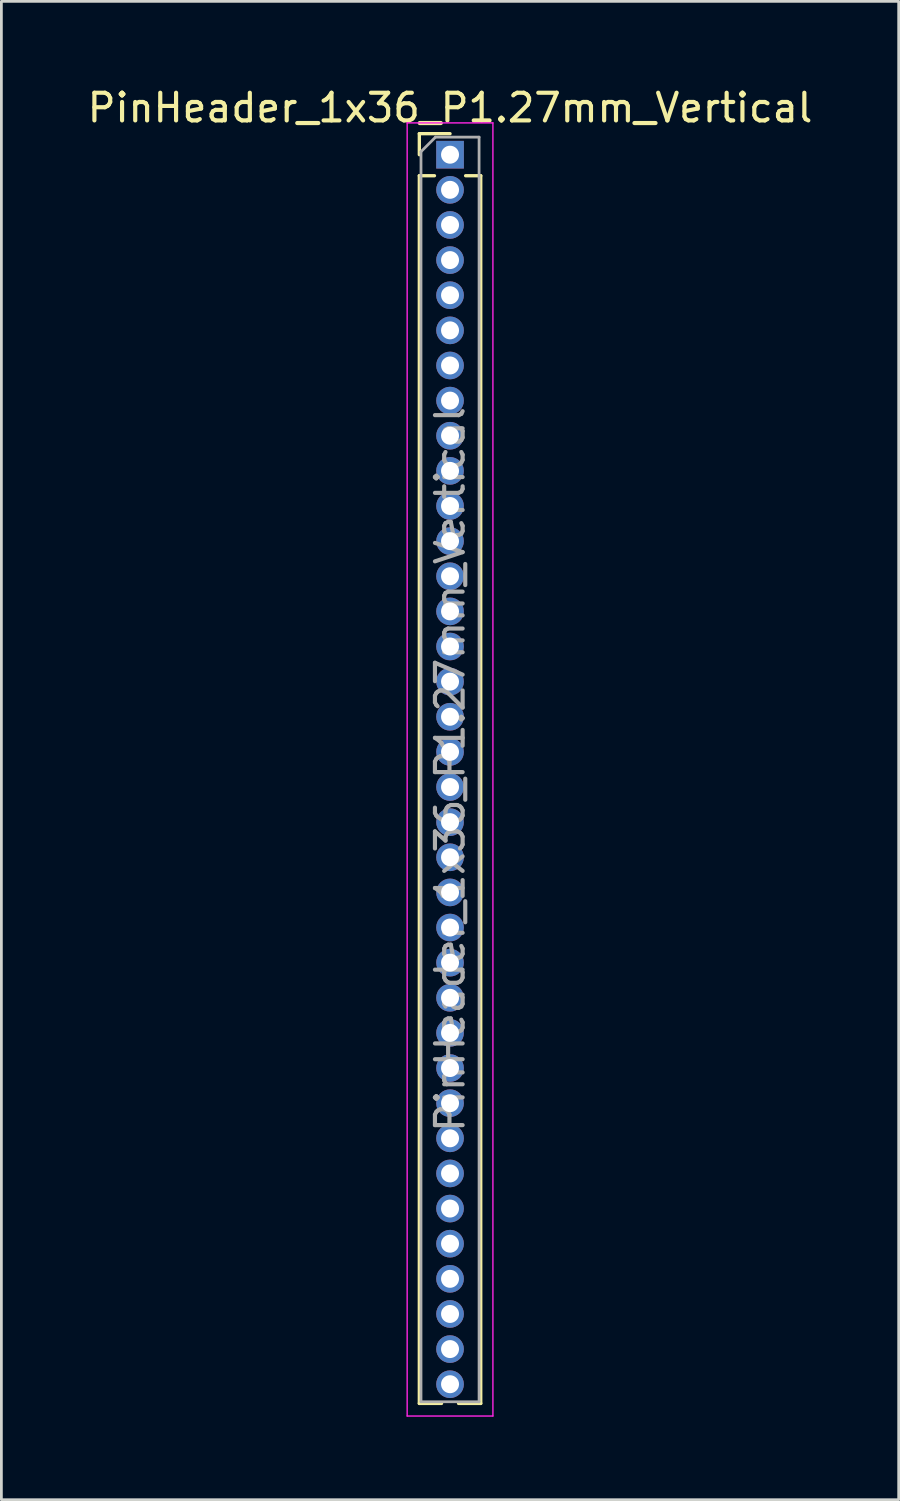
<source format=kicad_pcb>
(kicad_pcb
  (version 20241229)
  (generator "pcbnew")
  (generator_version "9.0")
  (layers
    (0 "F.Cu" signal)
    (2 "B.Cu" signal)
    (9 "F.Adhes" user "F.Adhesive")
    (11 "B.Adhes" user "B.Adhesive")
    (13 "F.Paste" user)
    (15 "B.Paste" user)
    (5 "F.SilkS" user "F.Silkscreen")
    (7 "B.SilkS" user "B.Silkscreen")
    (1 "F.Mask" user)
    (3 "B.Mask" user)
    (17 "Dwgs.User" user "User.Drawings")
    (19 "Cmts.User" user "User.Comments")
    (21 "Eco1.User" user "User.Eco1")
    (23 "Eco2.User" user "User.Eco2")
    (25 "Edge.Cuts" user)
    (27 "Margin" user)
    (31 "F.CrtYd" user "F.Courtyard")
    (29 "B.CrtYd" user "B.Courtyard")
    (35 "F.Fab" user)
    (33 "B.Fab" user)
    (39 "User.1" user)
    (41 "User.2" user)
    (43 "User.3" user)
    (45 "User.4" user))
  (footprint "PinHeader_1x36_P1.27mm_Vertical"
    (layer "F.Cu")
    (at 13.22 2.543)
    (property "Reference" "PinHeader_1x36_P1.27mm_Vertical" (at 0 -1.695 0) (layer "F.SilkS") (effects (font (size 1 1) (thickness 0.15))))
    (attr through_hole)
    (fp_line (start -1.11 -0.76) (end 0 -0.76) (stroke (width 0.12) (type solid)) (layer "F.SilkS"))
    (fp_line (start -1.11 0) (end -1.11 -0.76) (stroke (width 0.12) (type solid)) (layer "F.SilkS"))
    (fp_line (start -1.11 0.76) (end -1.11 45.145) (stroke (width 0.12) (type solid)) (layer "F.SilkS"))
    (fp_line (start -1.11 0.76) (end -0.563 0.76) (stroke (width 0.12) (type solid)) (layer "F.SilkS"))
    (fp_line (start -1.11 45.145) (end -0.308 45.145) (stroke (width 0.12) (type solid)) (layer "F.SilkS"))
    (fp_line (start 0.308 45.145) (end 1.11 45.145) (stroke (width 0.12) (type solid)) (layer "F.SilkS"))
    (fp_line (start 0.563 0.76) (end 1.11 0.76) (stroke (width 0.12) (type solid)) (layer "F.SilkS"))
    (fp_line (start 1.11 0.76) (end 1.11 45.145) (stroke (width 0.12) (type solid)) (layer "F.SilkS"))
    (fp_line (start -1.55 -1.15) (end -1.55 45.6) (stroke (width 0.05) (type solid)) (layer "F.CrtYd"))
    (fp_line (start -1.55 45.6) (end 1.55 45.6) (stroke (width 0.05) (type solid)) (layer "F.CrtYd"))
    (fp_line (start 1.55 -1.15) (end -1.55 -1.15) (stroke (width 0.05) (type solid)) (layer "F.CrtYd"))
    (fp_line (start 1.55 45.6) (end 1.55 -1.15) (stroke (width 0.05) (type solid)) (layer "F.CrtYd"))
    (fp_line (start -1.05 -0.11) (end -0.525 -0.635) (stroke (width 0.1) (type solid)) (layer "F.Fab"))
    (fp_line (start -1.05 45.085) (end -1.05 -0.11) (stroke (width 0.1) (type solid)) (layer "F.Fab"))
    (fp_line (start -0.525 -0.635) (end 1.05 -0.635) (stroke (width 0.1) (type solid)) (layer "F.Fab"))
    (fp_line (start 1.05 -0.635) (end 1.05 45.085) (stroke (width 0.1) (type solid)) (layer "F.Fab"))
    (fp_line (start 1.05 45.085) (end -1.05 45.085) (stroke (width 0.1) (type solid)) (layer "F.Fab"))
    (fp_text user "${REFERENCE}" (at 0 22.225 90) (layer "F.Fab") (effects (font (size 1 1) (thickness 0.15))))
    (pad "1" thru_hole rect (at 0 0) (size 1 1) (drill 0.65) (layers "*.Cu" "*.Mask"))
    (pad "2" thru_hole oval (at 0 1.27) (size 1 1) (drill 0.65) (layers "*.Cu" "*.Mask"))
    (pad "3" thru_hole oval (at 0 2.54) (size 1 1) (drill 0.65) (layers "*.Cu" "*.Mask"))
    (pad "4" thru_hole oval (at 0 3.81) (size 1 1) (drill 0.65) (layers "*.Cu" "*.Mask"))
    (pad "5" thru_hole oval (at 0 5.08) (size 1 1) (drill 0.65) (layers "*.Cu" "*.Mask"))
    (pad "6" thru_hole oval (at 0 6.35) (size 1 1) (drill 0.65) (layers "*.Cu" "*.Mask"))
    (pad "7" thru_hole oval (at 0 7.62) (size 1 1) (drill 0.65) (layers "*.Cu" "*.Mask"))
    (pad "8" thru_hole oval (at 0 8.89) (size 1 1) (drill 0.65) (layers "*.Cu" "*.Mask"))
    (pad "9" thru_hole oval (at 0 10.16) (size 1 1) (drill 0.65) (layers "*.Cu" "*.Mask"))
    (pad "10" thru_hole oval (at 0 11.43) (size 1 1) (drill 0.65) (layers "*.Cu" "*.Mask"))
    (pad "11" thru_hole oval (at 0 12.7) (size 1 1) (drill 0.65) (layers "*.Cu" "*.Mask"))
    (pad "12" thru_hole oval (at 0 13.97) (size 1 1) (drill 0.65) (layers "*.Cu" "*.Mask"))
    (pad "13" thru_hole oval (at 0 15.24) (size 1 1) (drill 0.65) (layers "*.Cu" "*.Mask"))
    (pad "14" thru_hole oval (at 0 16.51) (size 1 1) (drill 0.65) (layers "*.Cu" "*.Mask"))
    (pad "15" thru_hole oval (at 0 17.78) (size 1 1) (drill 0.65) (layers "*.Cu" "*.Mask"))
    (pad "16" thru_hole oval (at 0 19.05) (size 1 1) (drill 0.65) (layers "*.Cu" "*.Mask"))
    (pad "17" thru_hole oval (at 0 20.32) (size 1 1) (drill 0.65) (layers "*.Cu" "*.Mask"))
    (pad "18" thru_hole oval (at 0 21.59) (size 1 1) (drill 0.65) (layers "*.Cu" "*.Mask"))
    (pad "19" thru_hole oval (at 0 22.86) (size 1 1) (drill 0.65) (layers "*.Cu" "*.Mask"))
    (pad "20" thru_hole oval (at 0 24.13) (size 1 1) (drill 0.65) (layers "*.Cu" "*.Mask"))
    (pad "21" thru_hole oval (at 0 25.4) (size 1 1) (drill 0.65) (layers "*.Cu" "*.Mask"))
    (pad "22" thru_hole oval (at 0 26.67) (size 1 1) (drill 0.65) (layers "*.Cu" "*.Mask"))
    (pad "23" thru_hole oval (at 0 27.94) (size 1 1) (drill 0.65) (layers "*.Cu" "*.Mask"))
    (pad "24" thru_hole oval (at 0 29.21) (size 1 1) (drill 0.65) (layers "*.Cu" "*.Mask"))
    (pad "25" thru_hole oval (at 0 30.48) (size 1 1) (drill 0.65) (layers "*.Cu" "*.Mask"))
    (pad "26" thru_hole oval (at 0 31.75) (size 1 1) (drill 0.65) (layers "*.Cu" "*.Mask"))
    (pad "27" thru_hole oval (at 0 33.02) (size 1 1) (drill 0.65) (layers "*.Cu" "*.Mask"))
    (pad "28" thru_hole oval (at 0 34.29) (size 1 1) (drill 0.65) (layers "*.Cu" "*.Mask"))
    (pad "29" thru_hole oval (at 0 35.56) (size 1 1) (drill 0.65) (layers "*.Cu" "*.Mask"))
    (pad "30" thru_hole oval (at 0 36.83) (size 1 1) (drill 0.65) (layers "*.Cu" "*.Mask"))
    (pad "31" thru_hole oval (at 0 38.1) (size 1 1) (drill 0.65) (layers "*.Cu" "*.Mask"))
    (pad "32" thru_hole oval (at 0 39.37) (size 1 1) (drill 0.65) (layers "*.Cu" "*.Mask"))
    (pad "33" thru_hole oval (at 0 40.64) (size 1 1) (drill 0.65) (layers "*.Cu" "*.Mask"))
    (pad "34" thru_hole oval (at 0 41.91) (size 1 1) (drill 0.65) (layers "*.Cu" "*.Mask"))
    (pad "35" thru_hole oval (at 0 43.18) (size 1 1) (drill 0.65) (layers "*.Cu" "*.Mask"))
    (pad "36" thru_hole oval (at 0 44.45) (size 1 1) (drill 0.65) (layers "*.Cu" "*.Mask")))
  (gr_rect
    (start -3 -3)
    (end 29.44 51.168)
    (stroke (width 0.1) (type default))
    (fill no)
    (layer "Edge.Cuts")))
</source>
